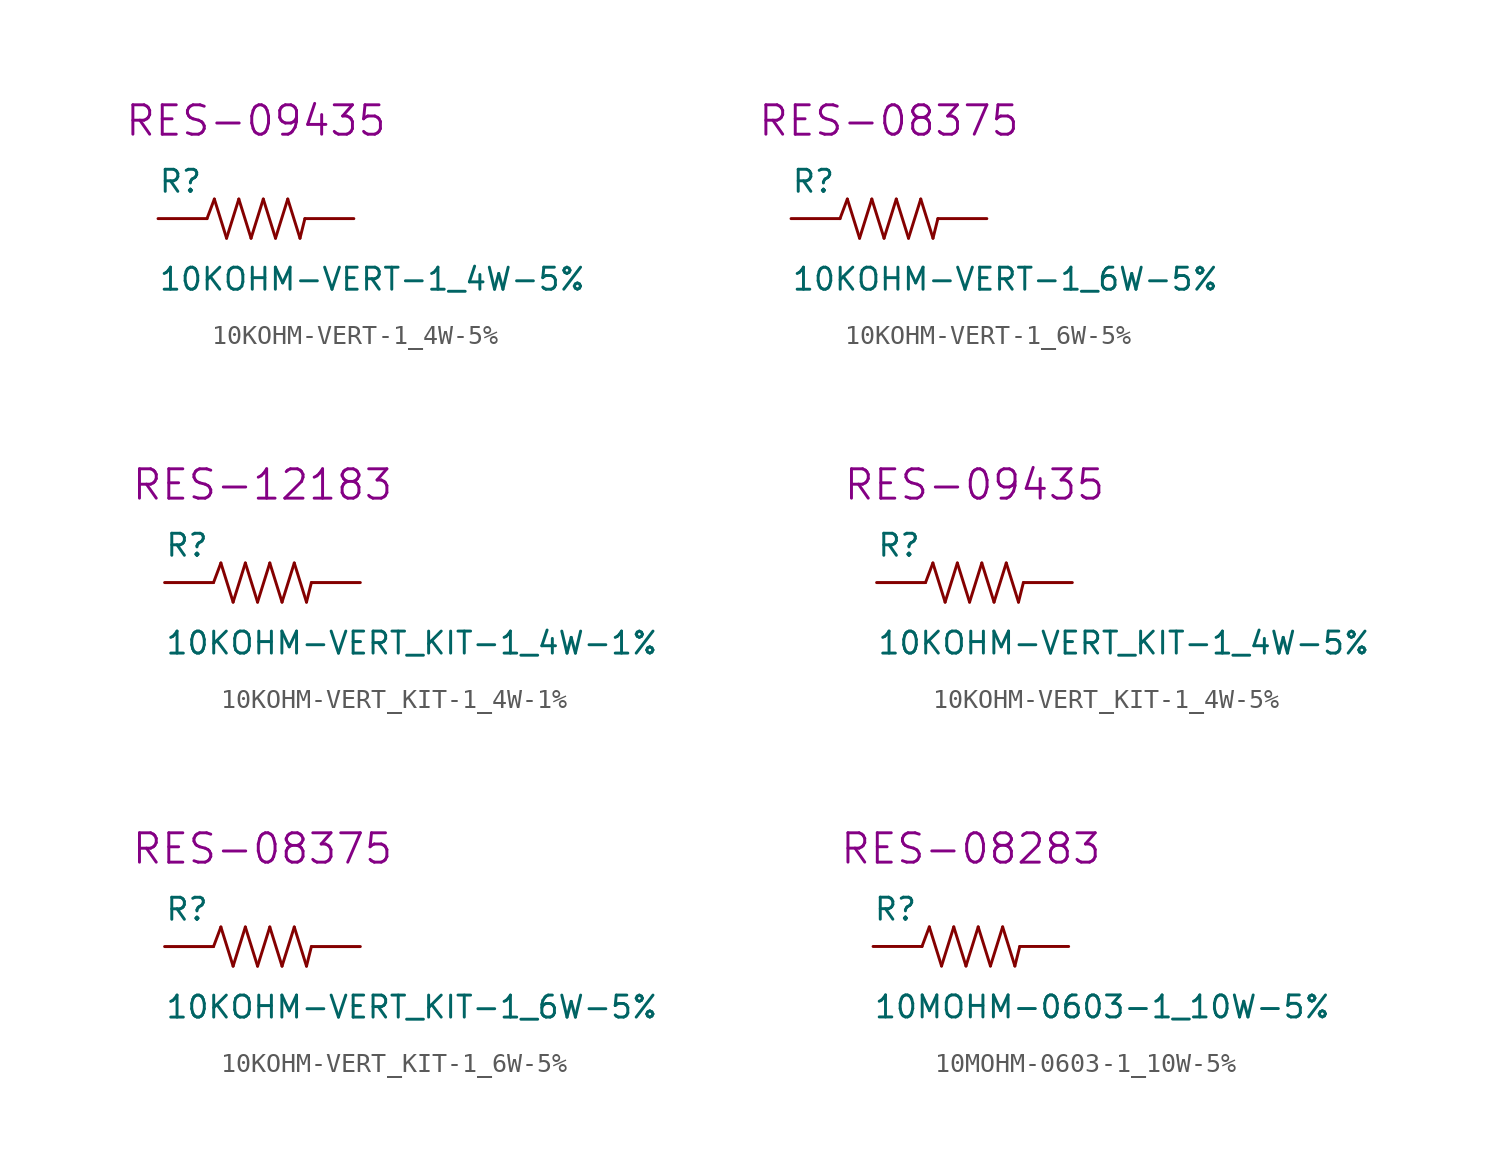
<source format=kicad_sym>
(kicad_symbol_lib
  (version 20211014)
  (generator kicad_symbol_editor)
  (symbol "10KOHM-VERT-1_4W-5%"
    (pin_numbers hide)
    (pin_names
      (offset 1.016) hide)
    (property "Reference" "R"
      (at -5.08 1.27 0)
      (effects (font (size 1.143 1.143)) (justify left bottom)))
    (property "Value" "10KOHM-VERT-1_4W-5%"
      (at -5.08 -3.81 0)
      (effects (font (size 1.143 1.143)) (justify left bottom)))
    (property "Field4" "RES-09435"
      (at 0 5.08 0)
      (effects (font (size 1.524 1.524))))
    (property "ki_locked" ""
      (at 0 0 0)
      (effects (font (size 1.27 1.27))))
    (symbol "10KOHM-VERT-1_4W-5%_1_0"
      (polyline (pts (xy -2.54 0) (xy -2.159 1.016)) (stroke (width 0) (type default) (color 0 0 0 0)) (fill (type none)))
      (polyline (pts (xy -2.159 1.016) (xy -1.524 -1.016)) (stroke (width 0) (type default) (color 0 0 0 0)) (fill (type none)))
      (polyline (pts (xy -1.524 -1.016) (xy -0.889 1.016)) (stroke (width 0) (type default) (color 0 0 0 0)) (fill (type none)))
      (polyline (pts (xy -0.889 1.016) (xy -0.254 -1.016)) (stroke (width 0) (type default) (color 0 0 0 0)) (fill (type none)))
      (polyline (pts (xy -0.254 -1.016) (xy 0.381 1.016)) (stroke (width 0) (type default) (color 0 0 0 0)) (fill (type none)))
      (polyline (pts (xy 0.381 1.016) (xy 1.016 -1.016)) (stroke (width 0) (type default) (color 0 0 0 0)) (fill (type none)))
      (polyline (pts (xy 1.016 -1.016) (xy 1.651 1.016)) (stroke (width 0) (type default) (color 0 0 0 0)) (fill (type none)))
      (polyline (pts (xy 1.651 1.016) (xy 2.286 -1.016)) (stroke (width 0) (type default) (color 0 0 0 0)) (fill (type none)))
      (polyline (pts (xy 2.286 -1.016) (xy 2.54 0)) (stroke (width 0) (type default) (color 0 0 0 0)) (fill (type none))))
    (symbol "10KOHM-VERT-1_4W-5%_1_1"
      (pin passive line (at -5.08 0 0) (length 2.54) (name "1" (effects (font (size 1.016 1.016)))) (number "P$1" (effects (font (size 1.016 1.016)))))
      (pin passive line (at 5.08 0 180) (length 2.54) (name "2" (effects (font (size 1.016 1.016)))) (number "P$2" (effects (font (size 1.016 1.016)))))))
  (symbol "10KOHM-VERT-1_6W-5%"
    (pin_numbers hide)
    (pin_names
      (offset 1.016) hide)
    (property "Reference" "R"
      (at -5.08 1.27 0)
      (effects (font (size 1.143 1.143)) (justify left bottom)))
    (property "Value" "10KOHM-VERT-1_6W-5%"
      (at -5.08 -3.81 0)
      (effects (font (size 1.143 1.143)) (justify left bottom)))
    (property "Field4" "RES-08375"
      (at 0 5.08 0)
      (effects (font (size 1.524 1.524))))
    (property "ki_locked" ""
      (at 0 0 0)
      (effects (font (size 1.27 1.27))))
    (symbol "10KOHM-VERT-1_6W-5%_1_0"
      (polyline (pts (xy -2.54 0) (xy -2.159 1.016)) (stroke (width 0) (type default) (color 0 0 0 0)) (fill (type none)))
      (polyline (pts (xy -2.159 1.016) (xy -1.524 -1.016)) (stroke (width 0) (type default) (color 0 0 0 0)) (fill (type none)))
      (polyline (pts (xy -1.524 -1.016) (xy -0.889 1.016)) (stroke (width 0) (type default) (color 0 0 0 0)) (fill (type none)))
      (polyline (pts (xy -0.889 1.016) (xy -0.254 -1.016)) (stroke (width 0) (type default) (color 0 0 0 0)) (fill (type none)))
      (polyline (pts (xy -0.254 -1.016) (xy 0.381 1.016)) (stroke (width 0) (type default) (color 0 0 0 0)) (fill (type none)))
      (polyline (pts (xy 0.381 1.016) (xy 1.016 -1.016)) (stroke (width 0) (type default) (color 0 0 0 0)) (fill (type none)))
      (polyline (pts (xy 1.016 -1.016) (xy 1.651 1.016)) (stroke (width 0) (type default) (color 0 0 0 0)) (fill (type none)))
      (polyline (pts (xy 1.651 1.016) (xy 2.286 -1.016)) (stroke (width 0) (type default) (color 0 0 0 0)) (fill (type none)))
      (polyline (pts (xy 2.286 -1.016) (xy 2.54 0)) (stroke (width 0) (type default) (color 0 0 0 0)) (fill (type none))))
    (symbol "10KOHM-VERT-1_6W-5%_1_1"
      (pin passive line (at -5.08 0 0) (length 2.54) (name "1" (effects (font (size 1.016 1.016)))) (number "P$1" (effects (font (size 1.016 1.016)))))
      (pin passive line (at 5.08 0 180) (length 2.54) (name "2" (effects (font (size 1.016 1.016)))) (number "P$2" (effects (font (size 1.016 1.016)))))))
  (symbol "10KOHM-VERT_KIT-1_4W-1%"
    (pin_numbers hide)
    (pin_names
      (offset 1.016) hide)
    (property "Reference" "R"
      (at -5.08 1.27 0)
      (effects (font (size 1.143 1.143)) (justify left bottom)))
    (property "Value" "10KOHM-VERT_KIT-1_4W-1%"
      (at -5.08 -3.81 0)
      (effects (font (size 1.143 1.143)) (justify left bottom)))
    (property "Field4" "RES-12183"
      (at 0 5.08 0)
      (effects (font (size 1.524 1.524))))
    (property "ki_locked" ""
      (at 0 0 0)
      (effects (font (size 1.27 1.27))))
    (symbol "10KOHM-VERT_KIT-1_4W-1%_1_0"
      (polyline (pts (xy -2.54 0) (xy -2.159 1.016)) (stroke (width 0) (type default) (color 0 0 0 0)) (fill (type none)))
      (polyline (pts (xy -2.159 1.016) (xy -1.524 -1.016)) (stroke (width 0) (type default) (color 0 0 0 0)) (fill (type none)))
      (polyline (pts (xy -1.524 -1.016) (xy -0.889 1.016)) (stroke (width 0) (type default) (color 0 0 0 0)) (fill (type none)))
      (polyline (pts (xy -0.889 1.016) (xy -0.254 -1.016)) (stroke (width 0) (type default) (color 0 0 0 0)) (fill (type none)))
      (polyline (pts (xy -0.254 -1.016) (xy 0.381 1.016)) (stroke (width 0) (type default) (color 0 0 0 0)) (fill (type none)))
      (polyline (pts (xy 0.381 1.016) (xy 1.016 -1.016)) (stroke (width 0) (type default) (color 0 0 0 0)) (fill (type none)))
      (polyline (pts (xy 1.016 -1.016) (xy 1.651 1.016)) (stroke (width 0) (type default) (color 0 0 0 0)) (fill (type none)))
      (polyline (pts (xy 1.651 1.016) (xy 2.286 -1.016)) (stroke (width 0) (type default) (color 0 0 0 0)) (fill (type none)))
      (polyline (pts (xy 2.286 -1.016) (xy 2.54 0)) (stroke (width 0) (type default) (color 0 0 0 0)) (fill (type none))))
    (symbol "10KOHM-VERT_KIT-1_4W-1%_1_1"
      (pin passive line (at -5.08 0 0) (length 2.54) (name "1" (effects (font (size 1.016 1.016)))) (number "P$1" (effects (font (size 1.016 1.016)))))
      (pin passive line (at 5.08 0 180) (length 2.54) (name "2" (effects (font (size 1.016 1.016)))) (number "P$2" (effects (font (size 1.016 1.016)))))))
  (symbol "10KOHM-VERT_KIT-1_4W-5%"
    (pin_numbers hide)
    (pin_names
      (offset 1.016) hide)
    (property "Reference" "R"
      (at -5.08 1.27 0)
      (effects (font (size 1.143 1.143)) (justify left bottom)))
    (property "Value" "10KOHM-VERT_KIT-1_4W-5%"
      (at -5.08 -3.81 0)
      (effects (font (size 1.143 1.143)) (justify left bottom)))
    (property "Field4" "RES-09435"
      (at 0 5.08 0)
      (effects (font (size 1.524 1.524))))
    (property "ki_locked" ""
      (at 0 0 0)
      (effects (font (size 1.27 1.27))))
    (symbol "10KOHM-VERT_KIT-1_4W-5%_1_0"
      (polyline (pts (xy -2.54 0) (xy -2.159 1.016)) (stroke (width 0) (type default) (color 0 0 0 0)) (fill (type none)))
      (polyline (pts (xy -2.159 1.016) (xy -1.524 -1.016)) (stroke (width 0) (type default) (color 0 0 0 0)) (fill (type none)))
      (polyline (pts (xy -1.524 -1.016) (xy -0.889 1.016)) (stroke (width 0) (type default) (color 0 0 0 0)) (fill (type none)))
      (polyline (pts (xy -0.889 1.016) (xy -0.254 -1.016)) (stroke (width 0) (type default) (color 0 0 0 0)) (fill (type none)))
      (polyline (pts (xy -0.254 -1.016) (xy 0.381 1.016)) (stroke (width 0) (type default) (color 0 0 0 0)) (fill (type none)))
      (polyline (pts (xy 0.381 1.016) (xy 1.016 -1.016)) (stroke (width 0) (type default) (color 0 0 0 0)) (fill (type none)))
      (polyline (pts (xy 1.016 -1.016) (xy 1.651 1.016)) (stroke (width 0) (type default) (color 0 0 0 0)) (fill (type none)))
      (polyline (pts (xy 1.651 1.016) (xy 2.286 -1.016)) (stroke (width 0) (type default) (color 0 0 0 0)) (fill (type none)))
      (polyline (pts (xy 2.286 -1.016) (xy 2.54 0)) (stroke (width 0) (type default) (color 0 0 0 0)) (fill (type none))))
    (symbol "10KOHM-VERT_KIT-1_4W-5%_1_1"
      (pin passive line (at -5.08 0 0) (length 2.54) (name "1" (effects (font (size 1.016 1.016)))) (number "P$1" (effects (font (size 1.016 1.016)))))
      (pin passive line (at 5.08 0 180) (length 2.54) (name "2" (effects (font (size 1.016 1.016)))) (number "P$2" (effects (font (size 1.016 1.016)))))))
  (symbol "10KOHM-VERT_KIT-1_6W-5%"
    (pin_numbers hide)
    (pin_names
      (offset 1.016) hide)
    (property "Reference" "R"
      (at -5.08 1.27 0)
      (effects (font (size 1.143 1.143)) (justify left bottom)))
    (property "Value" "10KOHM-VERT_KIT-1_6W-5%"
      (at -5.08 -3.81 0)
      (effects (font (size 1.143 1.143)) (justify left bottom)))
    (property "Field4" "RES-08375"
      (at 0 5.08 0)
      (effects (font (size 1.524 1.524))))
    (property "ki_locked" ""
      (at 0 0 0)
      (effects (font (size 1.27 1.27))))
    (symbol "10KOHM-VERT_KIT-1_6W-5%_1_0"
      (polyline (pts (xy -2.54 0) (xy -2.159 1.016)) (stroke (width 0) (type default) (color 0 0 0 0)) (fill (type none)))
      (polyline (pts (xy -2.159 1.016) (xy -1.524 -1.016)) (stroke (width 0) (type default) (color 0 0 0 0)) (fill (type none)))
      (polyline (pts (xy -1.524 -1.016) (xy -0.889 1.016)) (stroke (width 0) (type default) (color 0 0 0 0)) (fill (type none)))
      (polyline (pts (xy -0.889 1.016) (xy -0.254 -1.016)) (stroke (width 0) (type default) (color 0 0 0 0)) (fill (type none)))
      (polyline (pts (xy -0.254 -1.016) (xy 0.381 1.016)) (stroke (width 0) (type default) (color 0 0 0 0)) (fill (type none)))
      (polyline (pts (xy 0.381 1.016) (xy 1.016 -1.016)) (stroke (width 0) (type default) (color 0 0 0 0)) (fill (type none)))
      (polyline (pts (xy 1.016 -1.016) (xy 1.651 1.016)) (stroke (width 0) (type default) (color 0 0 0 0)) (fill (type none)))
      (polyline (pts (xy 1.651 1.016) (xy 2.286 -1.016)) (stroke (width 0) (type default) (color 0 0 0 0)) (fill (type none)))
      (polyline (pts (xy 2.286 -1.016) (xy 2.54 0)) (stroke (width 0) (type default) (color 0 0 0 0)) (fill (type none))))
    (symbol "10KOHM-VERT_KIT-1_6W-5%_1_1"
      (pin passive line (at -5.08 0 0) (length 2.54) (name "1" (effects (font (size 1.016 1.016)))) (number "P$1" (effects (font (size 1.016 1.016)))))
      (pin passive line (at 5.08 0 180) (length 2.54) (name "2" (effects (font (size 1.016 1.016)))) (number "P$2" (effects (font (size 1.016 1.016)))))))
  (symbol "10MOHM-0603-1_10W-5%"
    (pin_numbers hide)
    (pin_names
      (offset 1.016) hide)
    (property "Reference" "R"
      (at -5.08 1.27 0)
      (effects (font (size 1.143 1.143)) (justify left bottom)))
    (property "Value" "10MOHM-0603-1_10W-5%"
      (at -5.08 -3.81 0)
      (effects (font (size 1.143 1.143)) (justify left bottom)))
    (property "Field4" "RES-08283"
      (at 0 5.08 0)
      (effects (font (size 1.524 1.524))))
    (property "ki_locked" ""
      (at 0 0 0)
      (effects (font (size 1.27 1.27))))
    (symbol "10MOHM-0603-1_10W-5%_1_0"
      (polyline (pts (xy -2.54 0) (xy -2.159 1.016)) (stroke (width 0) (type default) (color 0 0 0 0)) (fill (type none)))
      (polyline (pts (xy -2.159 1.016) (xy -1.524 -1.016)) (stroke (width 0) (type default) (color 0 0 0 0)) (fill (type none)))
      (polyline (pts (xy -1.524 -1.016) (xy -0.889 1.016)) (stroke (width 0) (type default) (color 0 0 0 0)) (fill (type none)))
      (polyline (pts (xy -0.889 1.016) (xy -0.254 -1.016)) (stroke (width 0) (type default) (color 0 0 0 0)) (fill (type none)))
      (polyline (pts (xy -0.254 -1.016) (xy 0.381 1.016)) (stroke (width 0) (type default) (color 0 0 0 0)) (fill (type none)))
      (polyline (pts (xy 0.381 1.016) (xy 1.016 -1.016)) (stroke (width 0) (type default) (color 0 0 0 0)) (fill (type none)))
      (polyline (pts (xy 1.016 -1.016) (xy 1.651 1.016)) (stroke (width 0) (type default) (color 0 0 0 0)) (fill (type none)))
      (polyline (pts (xy 1.651 1.016) (xy 2.286 -1.016)) (stroke (width 0) (type default) (color 0 0 0 0)) (fill (type none)))
      (polyline (pts (xy 2.286 -1.016) (xy 2.54 0)) (stroke (width 0) (type default) (color 0 0 0 0)) (fill (type none))))
    (symbol "10MOHM-0603-1_10W-5%_1_1"
      (pin passive line (at -5.08 0 0) (length 2.54) (name "1" (effects (font (size 1.016 1.016)))) (number "1" (effects (font (size 1.016 1.016)))))
      (pin passive line (at 5.08 0 180) (length 2.54) (name "2" (effects (font (size 1.016 1.016)))) (number "2" (effects (font (size 1.016 1.016))))))))
</source>
